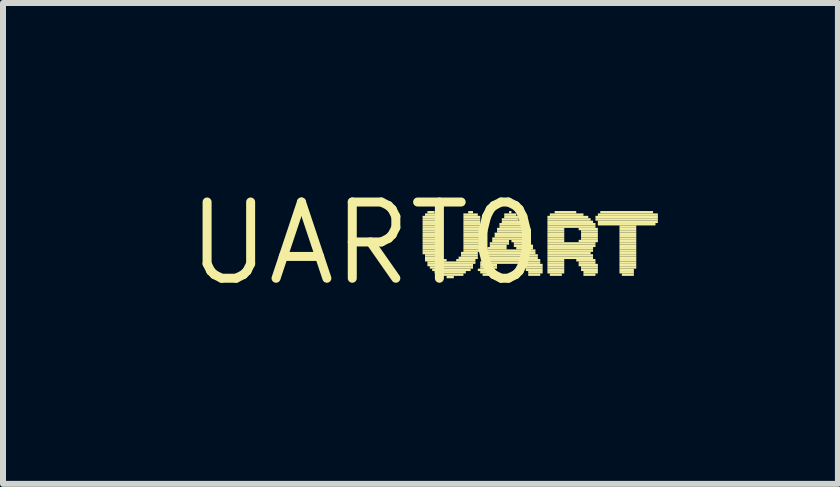
<source format=kicad_pcb>
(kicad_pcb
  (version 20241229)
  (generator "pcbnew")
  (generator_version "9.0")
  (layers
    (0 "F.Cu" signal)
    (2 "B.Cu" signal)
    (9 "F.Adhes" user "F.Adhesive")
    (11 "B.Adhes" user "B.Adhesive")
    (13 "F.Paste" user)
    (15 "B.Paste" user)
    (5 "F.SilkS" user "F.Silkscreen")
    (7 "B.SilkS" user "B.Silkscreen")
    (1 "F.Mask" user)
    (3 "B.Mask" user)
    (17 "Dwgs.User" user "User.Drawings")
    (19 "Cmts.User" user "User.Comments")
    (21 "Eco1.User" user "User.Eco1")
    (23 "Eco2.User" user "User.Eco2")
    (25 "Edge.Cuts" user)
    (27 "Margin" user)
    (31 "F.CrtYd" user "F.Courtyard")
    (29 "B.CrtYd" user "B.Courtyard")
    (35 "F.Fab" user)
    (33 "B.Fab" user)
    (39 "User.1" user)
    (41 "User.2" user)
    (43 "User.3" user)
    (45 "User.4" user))
  (footprint "UART0"
    (layer "F.Cu")
    (at 3.031 1.006)
    (property "Reference" "UART0" (at 0 0 0) (layer "F.SilkS") (effects (font (size 1.27 1.27) (thickness 0.15))))
    (fp_poly (pts (xy 0.96 -0.42) (xy 1.24 -0.42) (xy 1.24 -0.46) (xy 0.96 -0.46)) (stroke (width 0) (type solid)) (fill yes) (layer "F.SilkS"))
    (fp_poly (pts (xy 0.96 -0.38) (xy 1.24 -0.38) (xy 1.24 -0.42) (xy 0.96 -0.42)) (stroke (width 0) (type solid)) (fill yes) (layer "F.SilkS"))
    (fp_poly (pts (xy 0.96 -0.34) (xy 1.24 -0.34) (xy 1.24 -0.38) (xy 0.96 -0.38)) (stroke (width 0) (type solid)) (fill yes) (layer "F.SilkS"))
    (fp_poly (pts (xy 0.96 -0.3) (xy 1.24 -0.3) (xy 1.24 -0.34) (xy 0.96 -0.34)) (stroke (width 0) (type solid)) (fill yes) (layer "F.SilkS"))
    (fp_poly (pts (xy 0.96 -0.26) (xy 1.24 -0.26) (xy 1.24 -0.3) (xy 0.96 -0.3)) (stroke (width 0) (type solid)) (fill yes) (layer "F.SilkS"))
    (fp_poly (pts (xy 0.96 -0.22) (xy 1.24 -0.22) (xy 1.24 -0.26) (xy 0.96 -0.26)) (stroke (width 0) (type solid)) (fill yes) (layer "F.SilkS"))
    (fp_poly (pts (xy 0.96 -0.18) (xy 1.24 -0.18) (xy 1.24 -0.22) (xy 0.96 -0.22)) (stroke (width 0) (type solid)) (fill yes) (layer "F.SilkS"))
    (fp_poly (pts (xy 0.96 -0.14) (xy 1.24 -0.14) (xy 1.24 -0.18) (xy 0.96 -0.18)) (stroke (width 0) (type solid)) (fill yes) (layer "F.SilkS"))
    (fp_poly (pts (xy 0.96 -0.1) (xy 1.24 -0.1) (xy 1.24 -0.14) (xy 0.96 -0.14)) (stroke (width 0) (type solid)) (fill yes) (layer "F.SilkS"))
    (fp_poly (pts (xy 0.96 -0.06) (xy 1.24 -0.06) (xy 1.24 -0.1) (xy 0.96 -0.1)) (stroke (width 0) (type solid)) (fill yes) (layer "F.SilkS"))
    (fp_poly (pts (xy 0.96 -0.02) (xy 1.24 -0.02) (xy 1.24 -0.06) (xy 0.96 -0.06)) (stroke (width 0) (type solid)) (fill yes) (layer "F.SilkS"))
    (fp_poly (pts (xy 0.96 0.02) (xy 1.24 0.02) (xy 1.24 -0.02) (xy 0.96 -0.02)) (stroke (width 0) (type solid)) (fill yes) (layer "F.SilkS"))
    (fp_poly (pts (xy 0.96 0.06) (xy 1.24 0.06) (xy 1.24 0.02) (xy 0.96 0.02)) (stroke (width 0) (type solid)) (fill yes) (layer "F.SilkS"))
    (fp_poly (pts (xy 0.96 0.1) (xy 1.24 0.1) (xy 1.24 0.06) (xy 0.96 0.06)) (stroke (width 0) (type solid)) (fill yes) (layer "F.SilkS"))
    (fp_poly (pts (xy 0.96 0.14) (xy 1.24 0.14) (xy 1.24 0.1) (xy 0.96 0.1)) (stroke (width 0) (type solid)) (fill yes) (layer "F.SilkS"))
    (fp_poly (pts (xy 0.96 0.18) (xy 1.24 0.18) (xy 1.24 0.14) (xy 0.96 0.14)) (stroke (width 0) (type solid)) (fill yes) (layer "F.SilkS"))
    (fp_poly (pts (xy 1 -0.46) (xy 1.2 -0.46) (xy 1.2 -0.5) (xy 1 -0.5)) (stroke (width 0) (type solid)) (fill yes) (layer "F.SilkS"))
    (fp_poly (pts (xy 1 0.22) (xy 1.28 0.22) (xy 1.28 0.18) (xy 1 0.18)) (stroke (width 0) (type solid)) (fill yes) (layer "F.SilkS"))
    (fp_poly (pts (xy 1 0.26) (xy 1.28 0.26) (xy 1.28 0.22) (xy 1 0.22)) (stroke (width 0) (type solid)) (fill yes) (layer "F.SilkS"))
    (fp_poly (pts (xy 1 0.3) (xy 1.36 0.3) (xy 1.36 0.26) (xy 1 0.26)) (stroke (width 0) (type solid)) (fill yes) (layer "F.SilkS"))
    (fp_poly (pts (xy 1.04 -0.5) (xy 1.16 -0.5) (xy 1.16 -0.54) (xy 1.04 -0.54)) (stroke (width 0) (type solid)) (fill yes) (layer "F.SilkS"))
    (fp_poly (pts (xy 1.04 0.34) (xy 1.84 0.34) (xy 1.84 0.3) (xy 1.04 0.3)) (stroke (width 0) (type solid)) (fill yes) (layer "F.SilkS"))
    (fp_poly (pts (xy 1.04 0.38) (xy 1.8 0.38) (xy 1.8 0.34) (xy 1.04 0.34)) (stroke (width 0) (type solid)) (fill yes) (layer "F.SilkS"))
    (fp_poly (pts (xy 1.08 0.42) (xy 1.8 0.42) (xy 1.8 0.38) (xy 1.08 0.38)) (stroke (width 0) (type solid)) (fill yes) (layer "F.SilkS"))
    (fp_poly (pts (xy 1.12 0.46) (xy 1.76 0.46) (xy 1.76 0.42) (xy 1.12 0.42)) (stroke (width 0) (type solid)) (fill yes) (layer "F.SilkS"))
    (fp_poly (pts (xy 1.16 0.5) (xy 1.68 0.5) (xy 1.68 0.46) (xy 1.16 0.46)) (stroke (width 0) (type solid)) (fill yes) (layer "F.SilkS"))
    (fp_poly (pts (xy 1.24 0.54) (xy 1.64 0.54) (xy 1.64 0.5) (xy 1.24 0.5)) (stroke (width 0) (type solid)) (fill yes) (layer "F.SilkS"))
    (fp_poly (pts (xy 1.36 0.58) (xy 1.48 0.58) (xy 1.48 0.54) (xy 1.36 0.54)) (stroke (width 0) (type solid)) (fill yes) (layer "F.SilkS"))
    (fp_poly (pts (xy 1.52 0.3) (xy 1.84 0.3) (xy 1.84 0.26) (xy 1.52 0.26)) (stroke (width 0) (type solid)) (fill yes) (layer "F.SilkS"))
    (fp_poly (pts (xy 1.56 0.26) (xy 1.88 0.26) (xy 1.88 0.22) (xy 1.56 0.22)) (stroke (width 0) (type solid)) (fill yes) (layer "F.SilkS"))
    (fp_poly (pts (xy 1.6 0.18) (xy 1.88 0.18) (xy 1.88 0.14) (xy 1.6 0.14)) (stroke (width 0) (type solid)) (fill yes) (layer "F.SilkS"))
    (fp_poly (pts (xy 1.6 0.22) (xy 1.88 0.22) (xy 1.88 0.18) (xy 1.6 0.18)) (stroke (width 0) (type solid)) (fill yes) (layer "F.SilkS"))
    (fp_poly (pts (xy 1.64 -0.46) (xy 1.88 -0.46) (xy 1.88 -0.5) (xy 1.64 -0.5)) (stroke (width 0) (type solid)) (fill yes) (layer "F.SilkS"))
    (fp_poly (pts (xy 1.64 -0.42) (xy 1.92 -0.42) (xy 1.92 -0.46) (xy 1.64 -0.46)) (stroke (width 0) (type solid)) (fill yes) (layer "F.SilkS"))
    (fp_poly (pts (xy 1.64 -0.38) (xy 1.92 -0.38) (xy 1.92 -0.42) (xy 1.64 -0.42)) (stroke (width 0) (type solid)) (fill yes) (layer "F.SilkS"))
    (fp_poly (pts (xy 1.64 -0.34) (xy 1.92 -0.34) (xy 1.92 -0.38) (xy 1.64 -0.38)) (stroke (width 0) (type solid)) (fill yes) (layer "F.SilkS"))
    (fp_poly (pts (xy 1.64 -0.3) (xy 1.92 -0.3) (xy 1.92 -0.34) (xy 1.64 -0.34)) (stroke (width 0) (type solid)) (fill yes) (layer "F.SilkS"))
    (fp_poly (pts (xy 1.64 -0.26) (xy 1.92 -0.26) (xy 1.92 -0.3) (xy 1.64 -0.3)) (stroke (width 0) (type solid)) (fill yes) (layer "F.SilkS"))
    (fp_poly (pts (xy 1.64 -0.22) (xy 1.92 -0.22) (xy 1.92 -0.26) (xy 1.64 -0.26)) (stroke (width 0) (type solid)) (fill yes) (layer "F.SilkS"))
    (fp_poly (pts (xy 1.64 -0.18) (xy 1.92 -0.18) (xy 1.92 -0.22) (xy 1.64 -0.22)) (stroke (width 0) (type solid)) (fill yes) (layer "F.SilkS"))
    (fp_poly (pts (xy 1.64 -0.14) (xy 1.92 -0.14) (xy 1.92 -0.18) (xy 1.64 -0.18)) (stroke (width 0) (type solid)) (fill yes) (layer "F.SilkS"))
    (fp_poly (pts (xy 1.64 -0.1) (xy 1.92 -0.1) (xy 1.92 -0.14) (xy 1.64 -0.14)) (stroke (width 0) (type solid)) (fill yes) (layer "F.SilkS"))
    (fp_poly (pts (xy 1.64 -0.06) (xy 1.92 -0.06) (xy 1.92 -0.1) (xy 1.64 -0.1)) (stroke (width 0) (type solid)) (fill yes) (layer "F.SilkS"))
    (fp_poly (pts (xy 1.64 -0.02) (xy 1.92 -0.02) (xy 1.92 -0.06) (xy 1.64 -0.06)) (stroke (width 0) (type solid)) (fill yes) (layer "F.SilkS"))
    (fp_poly (pts (xy 1.64 0.02) (xy 1.92 0.02) (xy 1.92 -0.02) (xy 1.64 -0.02)) (stroke (width 0) (type solid)) (fill yes) (layer "F.SilkS"))
    (fp_poly (pts (xy 1.64 0.06) (xy 1.92 0.06) (xy 1.92 0.02) (xy 1.64 0.02)) (stroke (width 0) (type solid)) (fill yes) (layer "F.SilkS"))
    (fp_poly (pts (xy 1.64 0.1) (xy 1.92 0.1) (xy 1.92 0.06) (xy 1.64 0.06)) (stroke (width 0) (type solid)) (fill yes) (layer "F.SilkS"))
    (fp_poly (pts (xy 1.64 0.14) (xy 1.92 0.14) (xy 1.92 0.1) (xy 1.64 0.1)) (stroke (width 0) (type solid)) (fill yes) (layer "F.SilkS"))
    (fp_poly (pts (xy 1.72 -0.5) (xy 1.8 -0.5) (xy 1.8 -0.54) (xy 1.72 -0.54)) (stroke (width 0) (type solid)) (fill yes) (layer "F.SilkS"))
    (fp_poly (pts (xy 1.88 0.46) (xy 2.16 0.46) (xy 2.16 0.42) (xy 1.88 0.42)) (stroke (width 0) (type solid)) (fill yes) (layer "F.SilkS"))
    (fp_poly (pts (xy 1.92 0.34) (xy 2.92 0.34) (xy 2.92 0.3) (xy 1.92 0.3)) (stroke (width 0) (type solid)) (fill yes) (layer "F.SilkS"))
    (fp_poly (pts (xy 1.92 0.38) (xy 2.2 0.38) (xy 2.2 0.34) (xy 1.92 0.34)) (stroke (width 0) (type solid)) (fill yes) (layer "F.SilkS"))
    (fp_poly (pts (xy 1.92 0.42) (xy 2.2 0.42) (xy 2.2 0.38) (xy 1.92 0.38)) (stroke (width 0) (type solid)) (fill yes) (layer "F.SilkS"))
    (fp_poly (pts (xy 1.92 0.5) (xy 2.16 0.5) (xy 2.16 0.46) (xy 1.92 0.46)) (stroke (width 0) (type solid)) (fill yes) (layer "F.SilkS"))
    (fp_poly (pts (xy 1.96 0.26) (xy 2.88 0.26) (xy 2.88 0.22) (xy 1.96 0.22)) (stroke (width 0) (type solid)) (fill yes) (layer "F.SilkS"))
    (fp_poly (pts (xy 1.96 0.3) (xy 2.92 0.3) (xy 2.92 0.26) (xy 1.96 0.26)) (stroke (width 0) (type solid)) (fill yes) (layer "F.SilkS"))
    (fp_poly (pts (xy 1.96 0.54) (xy 2.12 0.54) (xy 2.12 0.5) (xy 1.96 0.5)) (stroke (width 0) (type solid)) (fill yes) (layer "F.SilkS"))
    (fp_poly (pts (xy 2 0.18) (xy 2.84 0.18) (xy 2.84 0.14) (xy 2 0.14)) (stroke (width 0) (type solid)) (fill yes) (layer "F.SilkS"))
    (fp_poly (pts (xy 2 0.22) (xy 2.88 0.22) (xy 2.88 0.18) (xy 2 0.18)) (stroke (width 0) (type solid)) (fill yes) (layer "F.SilkS"))
    (fp_poly (pts (xy 2.04 0.1) (xy 2.36 0.1) (xy 2.36 0.06) (xy 2.04 0.06)) (stroke (width 0) (type solid)) (fill yes) (layer "F.SilkS"))
    (fp_poly (pts (xy 2.04 0.14) (xy 2.84 0.14) (xy 2.84 0.1) (xy 2.04 0.1)) (stroke (width 0) (type solid)) (fill yes) (layer "F.SilkS"))
    (fp_poly (pts (xy 2.08 0.02) (xy 2.4 0.02) (xy 2.4 -0.02) (xy 2.08 -0.02)) (stroke (width 0) (type solid)) (fill yes) (layer "F.SilkS"))
    (fp_poly (pts (xy 2.08 0.06) (xy 2.36 0.06) (xy 2.36 0.02) (xy 2.08 0.02)) (stroke (width 0) (type solid)) (fill yes) (layer "F.SilkS"))
    (fp_poly (pts (xy 2.12 -0.06) (xy 2.72 -0.06) (xy 2.72 -0.1) (xy 2.12 -0.1)) (stroke (width 0) (type solid)) (fill yes) (layer "F.SilkS"))
    (fp_poly (pts (xy 2.12 -0.02) (xy 2.4 -0.02) (xy 2.4 -0.06) (xy 2.12 -0.06)) (stroke (width 0) (type solid)) (fill yes) (layer "F.SilkS"))
    (fp_poly (pts (xy 2.16 -0.14) (xy 2.68 -0.14) (xy 2.68 -0.18) (xy 2.16 -0.18)) (stroke (width 0) (type solid)) (fill yes) (layer "F.SilkS"))
    (fp_poly (pts (xy 2.16 -0.1) (xy 2.72 -0.1) (xy 2.72 -0.14) (xy 2.16 -0.14)) (stroke (width 0) (type solid)) (fill yes) (layer "F.SilkS"))
    (fp_poly (pts (xy 2.2 -0.22) (xy 2.64 -0.22) (xy 2.64 -0.26) (xy 2.2 -0.26)) (stroke (width 0) (type solid)) (fill yes) (layer "F.SilkS"))
    (fp_poly (pts (xy 2.2 -0.18) (xy 2.68 -0.18) (xy 2.68 -0.22) (xy 2.2 -0.22)) (stroke (width 0) (type solid)) (fill yes) (layer "F.SilkS"))
    (fp_poly (pts (xy 2.24 -0.3) (xy 2.6 -0.3) (xy 2.6 -0.34) (xy 2.24 -0.34)) (stroke (width 0) (type solid)) (fill yes) (layer "F.SilkS"))
    (fp_poly (pts (xy 2.24 -0.26) (xy 2.64 -0.26) (xy 2.64 -0.3) (xy 2.24 -0.3)) (stroke (width 0) (type solid)) (fill yes) (layer "F.SilkS"))
    (fp_poly (pts (xy 2.28 -0.38) (xy 2.56 -0.38) (xy 2.56 -0.42) (xy 2.28 -0.42)) (stroke (width 0) (type solid)) (fill yes) (layer "F.SilkS"))
    (fp_poly (pts (xy 2.28 -0.34) (xy 2.6 -0.34) (xy 2.6 -0.38) (xy 2.28 -0.38)) (stroke (width 0) (type solid)) (fill yes) (layer "F.SilkS"))
    (fp_poly (pts (xy 2.32 -0.46) (xy 2.52 -0.46) (xy 2.52 -0.5) (xy 2.32 -0.5)) (stroke (width 0) (type solid)) (fill yes) (layer "F.SilkS"))
    (fp_poly (pts (xy 2.32 -0.42) (xy 2.56 -0.42) (xy 2.56 -0.46) (xy 2.32 -0.46)) (stroke (width 0) (type solid)) (fill yes) (layer "F.SilkS"))
    (fp_poly (pts (xy 2.4 -0.5) (xy 2.44 -0.5) (xy 2.44 -0.54) (xy 2.4 -0.54)) (stroke (width 0) (type solid)) (fill yes) (layer "F.SilkS"))
    (fp_poly (pts (xy 2.44 -0.02) (xy 2.76 -0.02) (xy 2.76 -0.06) (xy 2.44 -0.06)) (stroke (width 0) (type solid)) (fill yes) (layer "F.SilkS"))
    (fp_poly (pts (xy 2.48 0.02) (xy 2.76 0.02) (xy 2.76 -0.02) (xy 2.48 -0.02)) (stroke (width 0) (type solid)) (fill yes) (layer "F.SilkS"))
    (fp_poly (pts (xy 2.48 0.06) (xy 2.8 0.06) (xy 2.8 0.02) (xy 2.48 0.02)) (stroke (width 0) (type solid)) (fill yes) (layer "F.SilkS"))
    (fp_poly (pts (xy 2.52 0.1) (xy 2.8 0.1) (xy 2.8 0.06) (xy 2.52 0.06)) (stroke (width 0) (type solid)) (fill yes) (layer "F.SilkS"))
    (fp_poly (pts (xy 2.64 0.38) (xy 2.96 0.38) (xy 2.96 0.34) (xy 2.64 0.34)) (stroke (width 0) (type solid)) (fill yes) (layer "F.SilkS"))
    (fp_poly (pts (xy 2.68 0.42) (xy 2.96 0.42) (xy 2.96 0.38) (xy 2.68 0.38)) (stroke (width 0) (type solid)) (fill yes) (layer "F.SilkS"))
    (fp_poly (pts (xy 2.68 0.46) (xy 2.96 0.46) (xy 2.96 0.42) (xy 2.68 0.42)) (stroke (width 0) (type solid)) (fill yes) (layer "F.SilkS"))
    (fp_poly (pts (xy 2.72 0.5) (xy 2.96 0.5) (xy 2.96 0.46) (xy 2.72 0.46)) (stroke (width 0) (type solid)) (fill yes) (layer "F.SilkS"))
    (fp_poly (pts (xy 2.72 0.54) (xy 2.92 0.54) (xy 2.92 0.5) (xy 2.72 0.5)) (stroke (width 0) (type solid)) (fill yes) (layer "F.SilkS"))
    (fp_poly (pts (xy 3.04 -0.42) (xy 3.72 -0.42) (xy 3.72 -0.46) (xy 3.04 -0.46)) (stroke (width 0) (type solid)) (fill yes) (layer "F.SilkS"))
    (fp_poly (pts (xy 3.04 -0.38) (xy 3.76 -0.38) (xy 3.76 -0.42) (xy 3.04 -0.42)) (stroke (width 0) (type solid)) (fill yes) (layer "F.SilkS"))
    (fp_poly (pts (xy 3.04 -0.34) (xy 3.8 -0.34) (xy 3.8 -0.38) (xy 3.04 -0.38)) (stroke (width 0) (type solid)) (fill yes) (layer "F.SilkS"))
    (fp_poly (pts (xy 3.04 -0.3) (xy 3.84 -0.3) (xy 3.84 -0.34) (xy 3.04 -0.34)) (stroke (width 0) (type solid)) (fill yes) (layer "F.SilkS"))
    (fp_poly (pts (xy 3.04 -0.26) (xy 3.84 -0.26) (xy 3.84 -0.3) (xy 3.04 -0.3)) (stroke (width 0) (type solid)) (fill yes) (layer "F.SilkS"))
    (fp_poly (pts (xy 3.04 -0.22) (xy 3.32 -0.22) (xy 3.32 -0.26) (xy 3.04 -0.26)) (stroke (width 0) (type solid)) (fill yes) (layer "F.SilkS"))
    (fp_poly (pts (xy 3.04 -0.18) (xy 3.32 -0.18) (xy 3.32 -0.22) (xy 3.04 -0.22)) (stroke (width 0) (type solid)) (fill yes) (layer "F.SilkS"))
    (fp_poly (pts (xy 3.04 -0.14) (xy 3.32 -0.14) (xy 3.32 -0.18) (xy 3.04 -0.18)) (stroke (width 0) (type solid)) (fill yes) (layer "F.SilkS"))
    (fp_poly (pts (xy 3.04 -0.1) (xy 3.32 -0.1) (xy 3.32 -0.14) (xy 3.04 -0.14)) (stroke (width 0) (type solid)) (fill yes) (layer "F.SilkS"))
    (fp_poly (pts (xy 3.04 -0.06) (xy 3.32 -0.06) (xy 3.32 -0.1) (xy 3.04 -0.1)) (stroke (width 0) (type solid)) (fill yes) (layer "F.SilkS"))
    (fp_poly (pts (xy 3.04 -0.02) (xy 3.32 -0.02) (xy 3.32 -0.06) (xy 3.04 -0.06)) (stroke (width 0) (type solid)) (fill yes) (layer "F.SilkS"))
    (fp_poly (pts (xy 3.04 0.02) (xy 3.84 0.02) (xy 3.84 -0.02) (xy 3.04 -0.02)) (stroke (width 0) (type solid)) (fill yes) (layer "F.SilkS"))
    (fp_poly (pts (xy 3.04 0.06) (xy 3.84 0.06) (xy 3.84 0.02) (xy 3.04 0.02)) (stroke (width 0) (type solid)) (fill yes) (layer "F.SilkS"))
    (fp_poly (pts (xy 3.04 0.1) (xy 3.8 0.1) (xy 3.8 0.06) (xy 3.04 0.06)) (stroke (width 0) (type solid)) (fill yes) (layer "F.SilkS"))
    (fp_poly (pts (xy 3.04 0.14) (xy 3.8 0.14) (xy 3.8 0.1) (xy 3.04 0.1)) (stroke (width 0) (type solid)) (fill yes) (layer "F.SilkS"))
    (fp_poly (pts (xy 3.04 0.18) (xy 3.76 0.18) (xy 3.76 0.14) (xy 3.04 0.14)) (stroke (width 0) (type solid)) (fill yes) (layer "F.SilkS"))
    (fp_poly (pts (xy 3.04 0.22) (xy 3.8 0.22) (xy 3.8 0.18) (xy 3.04 0.18)) (stroke (width 0) (type solid)) (fill yes) (layer "F.SilkS"))
    (fp_poly (pts (xy 3.04 0.26) (xy 3.8 0.26) (xy 3.8 0.22) (xy 3.04 0.22)) (stroke (width 0) (type solid)) (fill yes) (layer "F.SilkS"))
    (fp_poly (pts (xy 3.04 0.3) (xy 3.32 0.3) (xy 3.32 0.26) (xy 3.04 0.26)) (stroke (width 0) (type solid)) (fill yes) (layer "F.SilkS"))
    (fp_poly (pts (xy 3.04 0.34) (xy 3.32 0.34) (xy 3.32 0.3) (xy 3.04 0.3)) (stroke (width 0) (type solid)) (fill yes) (layer "F.SilkS"))
    (fp_poly (pts (xy 3.04 0.38) (xy 3.32 0.38) (xy 3.32 0.34) (xy 3.04 0.34)) (stroke (width 0) (type solid)) (fill yes) (layer "F.SilkS"))
    (fp_poly (pts (xy 3.04 0.42) (xy 3.32 0.42) (xy 3.32 0.38) (xy 3.04 0.38)) (stroke (width 0) (type solid)) (fill yes) (layer "F.SilkS"))
    (fp_poly (pts (xy 3.04 0.46) (xy 3.32 0.46) (xy 3.32 0.42) (xy 3.04 0.42)) (stroke (width 0) (type solid)) (fill yes) (layer "F.SilkS"))
    (fp_poly (pts (xy 3.04 0.5) (xy 3.32 0.5) (xy 3.32 0.46) (xy 3.04 0.46)) (stroke (width 0) (type solid)) (fill yes) (layer "F.SilkS"))
    (fp_poly (pts (xy 3.08 -0.46) (xy 3.64 -0.46) (xy 3.64 -0.5) (xy 3.08 -0.5)) (stroke (width 0) (type solid)) (fill yes) (layer "F.SilkS"))
    (fp_poly (pts (xy 3.08 0.54) (xy 3.28 0.54) (xy 3.28 0.5) (xy 3.08 0.5)) (stroke (width 0) (type solid)) (fill yes) (layer "F.SilkS"))
    (fp_poly (pts (xy 3.16 -0.5) (xy 3.52 -0.5) (xy 3.52 -0.54) (xy 3.16 -0.54)) (stroke (width 0) (type solid)) (fill yes) (layer "F.SilkS"))
    (fp_poly (pts (xy 3.52 0.3) (xy 3.84 0.3) (xy 3.84 0.26) (xy 3.52 0.26)) (stroke (width 0) (type solid)) (fill yes) (layer "F.SilkS"))
    (fp_poly (pts (xy 3.56 -0.22) (xy 3.88 -0.22) (xy 3.88 -0.26) (xy 3.56 -0.26)) (stroke (width 0) (type solid)) (fill yes) (layer "F.SilkS"))
    (fp_poly (pts (xy 3.56 -0.02) (xy 3.88 -0.02) (xy 3.88 -0.06) (xy 3.56 -0.06)) (stroke (width 0) (type solid)) (fill yes) (layer "F.SilkS"))
    (fp_poly (pts (xy 3.56 0.34) (xy 3.84 0.34) (xy 3.84 0.3) (xy 3.56 0.3)) (stroke (width 0) (type solid)) (fill yes) (layer "F.SilkS"))
    (fp_poly (pts (xy 3.56 0.38) (xy 3.88 0.38) (xy 3.88 0.34) (xy 3.56 0.34)) (stroke (width 0) (type solid)) (fill yes) (layer "F.SilkS"))
    (fp_poly (pts (xy 3.6 -0.18) (xy 3.88 -0.18) (xy 3.88 -0.22) (xy 3.6 -0.22)) (stroke (width 0) (type solid)) (fill yes) (layer "F.SilkS"))
    (fp_poly (pts (xy 3.6 -0.14) (xy 3.88 -0.14) (xy 3.88 -0.18) (xy 3.6 -0.18)) (stroke (width 0) (type solid)) (fill yes) (layer "F.SilkS"))
    (fp_poly (pts (xy 3.6 -0.1) (xy 3.88 -0.1) (xy 3.88 -0.14) (xy 3.6 -0.14)) (stroke (width 0) (type solid)) (fill yes) (layer "F.SilkS"))
    (fp_poly (pts (xy 3.6 -0.06) (xy 3.88 -0.06) (xy 3.88 -0.1) (xy 3.6 -0.1)) (stroke (width 0) (type solid)) (fill yes) (layer "F.SilkS"))
    (fp_poly (pts (xy 3.6 0.42) (xy 3.88 0.42) (xy 3.88 0.38) (xy 3.6 0.38)) (stroke (width 0) (type solid)) (fill yes) (layer "F.SilkS"))
    (fp_poly (pts (xy 3.6 0.46) (xy 3.88 0.46) (xy 3.88 0.42) (xy 3.6 0.42)) (stroke (width 0) (type solid)) (fill yes) (layer "F.SilkS"))
    (fp_poly (pts (xy 3.64 0.5) (xy 3.88 0.5) (xy 3.88 0.46) (xy 3.64 0.46)) (stroke (width 0) (type solid)) (fill yes) (layer "F.SilkS"))
    (fp_poly (pts (xy 3.64 0.54) (xy 3.84 0.54) (xy 3.84 0.5) (xy 3.64 0.5)) (stroke (width 0) (type solid)) (fill yes) (layer "F.SilkS"))
    (fp_poly (pts (xy 3.84 -0.42) (xy 4.88 -0.42) (xy 4.88 -0.46) (xy 3.84 -0.46)) (stroke (width 0) (type solid)) (fill yes) (layer "F.SilkS"))
    (fp_poly (pts (xy 3.84 -0.38) (xy 4.88 -0.38) (xy 4.88 -0.42) (xy 3.84 -0.42)) (stroke (width 0) (type solid)) (fill yes) (layer "F.SilkS"))
    (fp_poly (pts (xy 3.88 -0.46) (xy 4.88 -0.46) (xy 4.88 -0.5) (xy 3.88 -0.5)) (stroke (width 0) (type solid)) (fill yes) (layer "F.SilkS"))
    (fp_poly (pts (xy 3.88 -0.34) (xy 4.88 -0.34) (xy 4.88 -0.38) (xy 3.88 -0.38)) (stroke (width 0) (type solid)) (fill yes) (layer "F.SilkS"))
    (fp_poly (pts (xy 3.88 -0.3) (xy 4.84 -0.3) (xy 4.84 -0.34) (xy 3.88 -0.34)) (stroke (width 0) (type solid)) (fill yes) (layer "F.SilkS"))
    (fp_poly (pts (xy 3.92 -0.5) (xy 4.8 -0.5) (xy 4.8 -0.54) (xy 3.92 -0.54)) (stroke (width 0) (type solid)) (fill yes) (layer "F.SilkS"))
    (fp_poly (pts (xy 4.24 -0.26) (xy 4.52 -0.26) (xy 4.52 -0.3) (xy 4.24 -0.3)) (stroke (width 0) (type solid)) (fill yes) (layer "F.SilkS"))
    (fp_poly (pts (xy 4.24 -0.22) (xy 4.52 -0.22) (xy 4.52 -0.26) (xy 4.24 -0.26)) (stroke (width 0) (type solid)) (fill yes) (layer "F.SilkS"))
    (fp_poly (pts (xy 4.24 -0.18) (xy 4.52 -0.18) (xy 4.52 -0.22) (xy 4.24 -0.22)) (stroke (width 0) (type solid)) (fill yes) (layer "F.SilkS"))
    (fp_poly (pts (xy 4.24 -0.14) (xy 4.52 -0.14) (xy 4.52 -0.18) (xy 4.24 -0.18)) (stroke (width 0) (type solid)) (fill yes) (layer "F.SilkS"))
    (fp_poly (pts (xy 4.24 -0.1) (xy 4.52 -0.1) (xy 4.52 -0.14) (xy 4.24 -0.14)) (stroke (width 0) (type solid)) (fill yes) (layer "F.SilkS"))
    (fp_poly (pts (xy 4.24 -0.06) (xy 4.52 -0.06) (xy 4.52 -0.1) (xy 4.24 -0.1)) (stroke (width 0) (type solid)) (fill yes) (layer "F.SilkS"))
    (fp_poly (pts (xy 4.24 -0.02) (xy 4.52 -0.02) (xy 4.52 -0.06) (xy 4.24 -0.06)) (stroke (width 0) (type solid)) (fill yes) (layer "F.SilkS"))
    (fp_poly (pts (xy 4.24 0.02) (xy 4.52 0.02) (xy 4.52 -0.02) (xy 4.24 -0.02)) (stroke (width 0) (type solid)) (fill yes) (layer "F.SilkS"))
    (fp_poly (pts (xy 4.24 0.06) (xy 4.52 0.06) (xy 4.52 0.02) (xy 4.24 0.02)) (stroke (width 0) (type solid)) (fill yes) (layer "F.SilkS"))
    (fp_poly (pts (xy 4.24 0.1) (xy 4.52 0.1) (xy 4.52 0.06) (xy 4.24 0.06)) (stroke (width 0) (type solid)) (fill yes) (layer "F.SilkS"))
    (fp_poly (pts (xy 4.24 0.14) (xy 4.52 0.14) (xy 4.52 0.1) (xy 4.24 0.1)) (stroke (width 0) (type solid)) (fill yes) (layer "F.SilkS"))
    (fp_poly (pts (xy 4.24 0.18) (xy 4.52 0.18) (xy 4.52 0.14) (xy 4.24 0.14)) (stroke (width 0) (type solid)) (fill yes) (layer "F.SilkS"))
    (fp_poly (pts (xy 4.24 0.22) (xy 4.52 0.22) (xy 4.52 0.18) (xy 4.24 0.18)) (stroke (width 0) (type solid)) (fill yes) (layer "F.SilkS"))
    (fp_poly (pts (xy 4.24 0.26) (xy 4.52 0.26) (xy 4.52 0.22) (xy 4.24 0.22)) (stroke (width 0) (type solid)) (fill yes) (layer "F.SilkS"))
    (fp_poly (pts (xy 4.24 0.3) (xy 4.52 0.3) (xy 4.52 0.26) (xy 4.24 0.26)) (stroke (width 0) (type solid)) (fill yes) (layer "F.SilkS"))
    (fp_poly (pts (xy 4.24 0.34) (xy 4.52 0.34) (xy 4.52 0.3) (xy 4.24 0.3)) (stroke (width 0) (type solid)) (fill yes) (layer "F.SilkS"))
    (fp_poly (pts (xy 4.24 0.38) (xy 4.52 0.38) (xy 4.52 0.34) (xy 4.24 0.34)) (stroke (width 0) (type solid)) (fill yes) (layer "F.SilkS"))
    (fp_poly (pts (xy 4.24 0.42) (xy 4.52 0.42) (xy 4.52 0.38) (xy 4.24 0.38)) (stroke (width 0) (type solid)) (fill yes) (layer "F.SilkS"))
    (fp_poly (pts (xy 4.24 0.46) (xy 4.48 0.46) (xy 4.48 0.42) (xy 4.24 0.42)) (stroke (width 0) (type solid)) (fill yes) (layer "F.SilkS"))
    (fp_poly (pts (xy 4.24 0.5) (xy 4.48 0.5) (xy 4.48 0.46) (xy 4.24 0.46)) (stroke (width 0) (type solid)) (fill yes) (layer "F.SilkS"))
    (fp_poly (pts (xy 4.28 0.54) (xy 4.48 0.54) (xy 4.48 0.5) (xy 4.28 0.5)) (stroke (width 0) (type solid)) (fill yes) (layer "F.SilkS")))
  (gr_rect
    (start -3 -3)
    (end 10.911 5.012)
    (stroke (width 0.1) (type default))
    (fill no)
    (layer "Edge.Cuts")))
</source>
